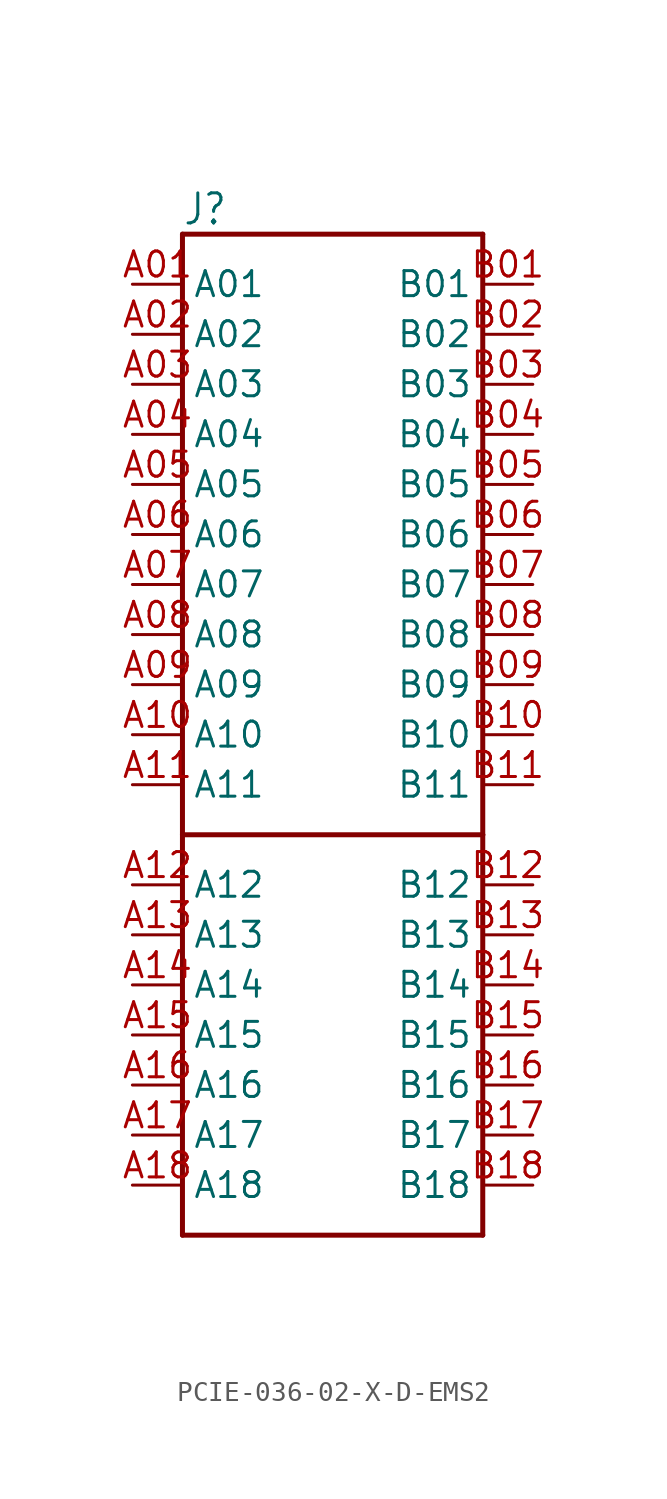
<source format=kicad_sym>
(kicad_symbol_lib
  (version 20220914)
  (generator kicad_symbol_editor)
  (symbol "PCIE-036-02-X-D-EMS2"
    (property "Reference" "J"
      (at -7.62 26.67 0)
      (effects (font (size 1.524 1.295)) (justify left)))
    (property "Value" ""
      (at -7.62 -26.67 0)
      (effects (font (size 1.524 1.295)) (justify left)))
    (property "ki_locked" ""
      (at 0 0 0)
      (effects (font (size 1.27 1.27))))
    (symbol "PCIE-036-02-X-D-EMS2_1_0"
      (polyline (pts (xy -7.62 -25.4) (xy -7.62 -5.08)) (stroke (width 0.254) (type solid)) (fill (type none)))
      (polyline (pts (xy -7.62 -5.08) (xy -7.62 25.4)) (stroke (width 0.254) (type solid)) (fill (type none)))
      (polyline (pts (xy -7.62 -5.08) (xy 7.62 -5.08)) (stroke (width 0.254) (type solid)) (fill (type none)))
      (polyline (pts (xy -7.62 25.4) (xy 7.62 25.4)) (stroke (width 0.254) (type solid)) (fill (type none)))
      (polyline (pts (xy 7.62 -25.4) (xy -7.62 -25.4)) (stroke (width 0.254) (type solid)) (fill (type none)))
      (polyline (pts (xy 7.62 -5.08) (xy 7.62 -25.4)) (stroke (width 0.254) (type solid)) (fill (type none)))
      (polyline (pts (xy 7.62 25.4) (xy 7.62 -5.08)) (stroke (width 0.254) (type solid)) (fill (type none)))
      (pin passive line (at -10.16 22.86 0) (length 2.54) (name "A01" (effects (font (size 1.27 1.27)))) (number "A01" (effects (font (size 1.27 1.27)))))
      (pin passive line (at -10.16 20.32 0) (length 2.54) (name "A02" (effects (font (size 1.27 1.27)))) (number "A02" (effects (font (size 1.27 1.27)))))
      (pin passive line (at -10.16 17.78 0) (length 2.54) (name "A03" (effects (font (size 1.27 1.27)))) (number "A03" (effects (font (size 1.27 1.27)))))
      (pin passive line (at -10.16 15.24 0) (length 2.54) (name "A04" (effects (font (size 1.27 1.27)))) (number "A04" (effects (font (size 1.27 1.27)))))
      (pin passive line (at -10.16 12.7 0) (length 2.54) (name "A05" (effects (font (size 1.27 1.27)))) (number "A05" (effects (font (size 1.27 1.27)))))
      (pin passive line (at -10.16 10.16 0) (length 2.54) (name "A06" (effects (font (size 1.27 1.27)))) (number "A06" (effects (font (size 1.27 1.27)))))
      (pin passive line (at -10.16 7.62 0) (length 2.54) (name "A07" (effects (font (size 1.27 1.27)))) (number "A07" (effects (font (size 1.27 1.27)))))
      (pin passive line (at -10.16 5.08 0) (length 2.54) (name "A08" (effects (font (size 1.27 1.27)))) (number "A08" (effects (font (size 1.27 1.27)))))
      (pin passive line (at -10.16 2.54 0) (length 2.54) (name "A09" (effects (font (size 1.27 1.27)))) (number "A09" (effects (font (size 1.27 1.27)))))
      (pin passive line (at -10.16 0 0) (length 2.54) (name "A10" (effects (font (size 1.27 1.27)))) (number "A10" (effects (font (size 1.27 1.27)))))
      (pin passive line (at -10.16 -2.54 0) (length 2.54) (name "A11" (effects (font (size 1.27 1.27)))) (number "A11" (effects (font (size 1.27 1.27)))))
      (pin passive line (at -10.16 -7.62 0) (length 2.54) (name "A12" (effects (font (size 1.27 1.27)))) (number "A12" (effects (font (size 1.27 1.27)))))
      (pin passive line (at -10.16 -10.16 0) (length 2.54) (name "A13" (effects (font (size 1.27 1.27)))) (number "A13" (effects (font (size 1.27 1.27)))))
      (pin passive line (at -10.16 -12.7 0) (length 2.54) (name "A14" (effects (font (size 1.27 1.27)))) (number "A14" (effects (font (size 1.27 1.27)))))
      (pin passive line (at -10.16 -15.24 0) (length 2.54) (name "A15" (effects (font (size 1.27 1.27)))) (number "A15" (effects (font (size 1.27 1.27)))))
      (pin passive line (at -10.16 -17.78 0) (length 2.54) (name "A16" (effects (font (size 1.27 1.27)))) (number "A16" (effects (font (size 1.27 1.27)))))
      (pin passive line (at -10.16 -20.32 0) (length 2.54) (name "A17" (effects (font (size 1.27 1.27)))) (number "A17" (effects (font (size 1.27 1.27)))))
      (pin passive line (at -10.16 -22.86 0) (length 2.54) (name "A18" (effects (font (size 1.27 1.27)))) (number "A18" (effects (font (size 1.27 1.27)))))
      (pin passive line (at 10.16 22.86 180) (length 2.54) (name "B01" (effects (font (size 1.27 1.27)))) (number "B01" (effects (font (size 1.27 1.27)))))
      (pin passive line (at 10.16 20.32 180) (length 2.54) (name "B02" (effects (font (size 1.27 1.27)))) (number "B02" (effects (font (size 1.27 1.27)))))
      (pin passive line (at 10.16 17.78 180) (length 2.54) (name "B03" (effects (font (size 1.27 1.27)))) (number "B03" (effects (font (size 1.27 1.27)))))
      (pin passive line (at 10.16 15.24 180) (length 2.54) (name "B04" (effects (font (size 1.27 1.27)))) (number "B04" (effects (font (size 1.27 1.27)))))
      (pin passive line (at 10.16 12.7 180) (length 2.54) (name "B05" (effects (font (size 1.27 1.27)))) (number "B05" (effects (font (size 1.27 1.27)))))
      (pin passive line (at 10.16 10.16 180) (length 2.54) (name "B06" (effects (font (size 1.27 1.27)))) (number "B06" (effects (font (size 1.27 1.27)))))
      (pin passive line (at 10.16 7.62 180) (length 2.54) (name "B07" (effects (font (size 1.27 1.27)))) (number "B07" (effects (font (size 1.27 1.27)))))
      (pin passive line (at 10.16 5.08 180) (length 2.54) (name "B08" (effects (font (size 1.27 1.27)))) (number "B08" (effects (font (size 1.27 1.27)))))
      (pin passive line (at 10.16 2.54 180) (length 2.54) (name "B09" (effects (font (size 1.27 1.27)))) (number "B09" (effects (font (size 1.27 1.27)))))
      (pin passive line (at 10.16 0 180) (length 2.54) (name "B10" (effects (font (size 1.27 1.27)))) (number "B10" (effects (font (size 1.27 1.27)))))
      (pin passive line (at 10.16 -2.54 180) (length 2.54) (name "B11" (effects (font (size 1.27 1.27)))) (number "B11" (effects (font (size 1.27 1.27)))))
      (pin passive line (at 10.16 -7.62 180) (length 2.54) (name "B12" (effects (font (size 1.27 1.27)))) (number "B12" (effects (font (size 1.27 1.27)))))
      (pin passive line (at 10.16 -10.16 180) (length 2.54) (name "B13" (effects (font (size 1.27 1.27)))) (number "B13" (effects (font (size 1.27 1.27)))))
      (pin passive line (at 10.16 -12.7 180) (length 2.54) (name "B14" (effects (font (size 1.27 1.27)))) (number "B14" (effects (font (size 1.27 1.27)))))
      (pin passive line (at 10.16 -15.24 180) (length 2.54) (name "B15" (effects (font (size 1.27 1.27)))) (number "B15" (effects (font (size 1.27 1.27)))))
      (pin passive line (at 10.16 -17.78 180) (length 2.54) (name "B16" (effects (font (size 1.27 1.27)))) (number "B16" (effects (font (size 1.27 1.27)))))
      (pin passive line (at 10.16 -20.32 180) (length 2.54) (name "B17" (effects (font (size 1.27 1.27)))) (number "B17" (effects (font (size 1.27 1.27)))))
      (pin passive line (at 10.16 -22.86 180) (length 2.54) (name "B18" (effects (font (size 1.27 1.27)))) (number "B18" (effects (font (size 1.27 1.27))))))))
</source>
